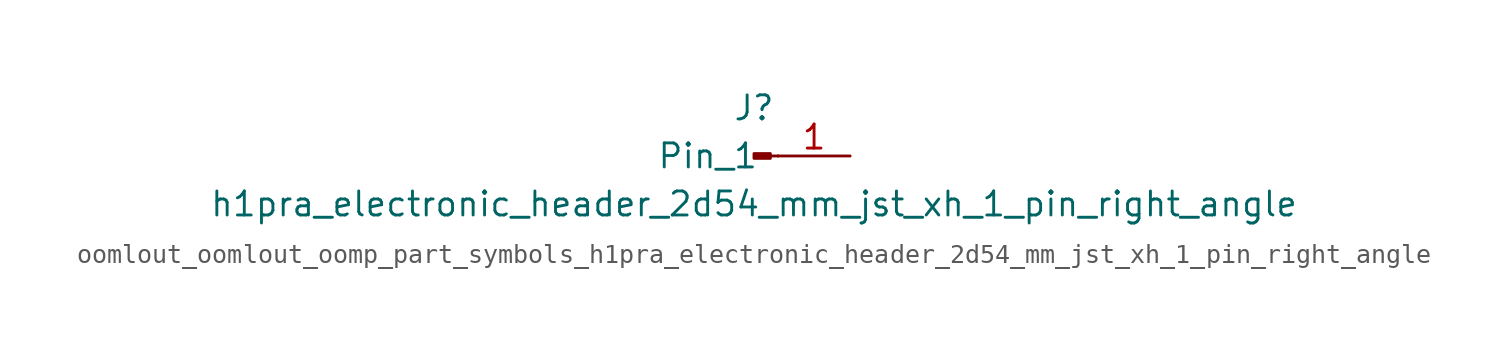
<source format=kicad_sym>
(kicad_symbol_lib
  (version 20220914)
  (generator kicad_symbol_editor)
  (symbol "oomlout_oomlout_oomp_part_symbols_h1pra_electronic_header_2d54_mm_jst_xh_1_pin_right_angle"
    (pin_names
      (offset 1.016))
    (property "Reference" "J"
      (at 0 2.54 0)
      (effects (font (size 1.27 1.27))))
    (property "Value" "h1pra_electronic_header_2d54_mm_jst_xh_1_pin_right_angle"
      (at 0 -2.54 0)
      (effects (font (size 1.27 1.27))))
    (property "ki_locked" ""
      (at 0 0 0)
      (effects (font (size 1.27 1.27))))
    (symbol "oomlout_oomlout_oomp_part_symbols_h1pra_electronic_header_2d54_mm_jst_xh_1_pin_right_angle_1_1"
      (polyline (pts (xy 1.27 0) (xy 0.864 0)) (stroke (width 0.152) (type default)) (fill (type none)))
      (rectangle (start 0.864 0.127) (end 0 -0.127) (stroke (width 0.152) (type default)) (fill (type outline)))
      (pin passive line (at 5.08 0 180) (length 3.81) (name "Pin_1" (effects (font (size 1.27 1.27)))) (number "1" (effects (font (size 1.27 1.27))))))))
</source>
